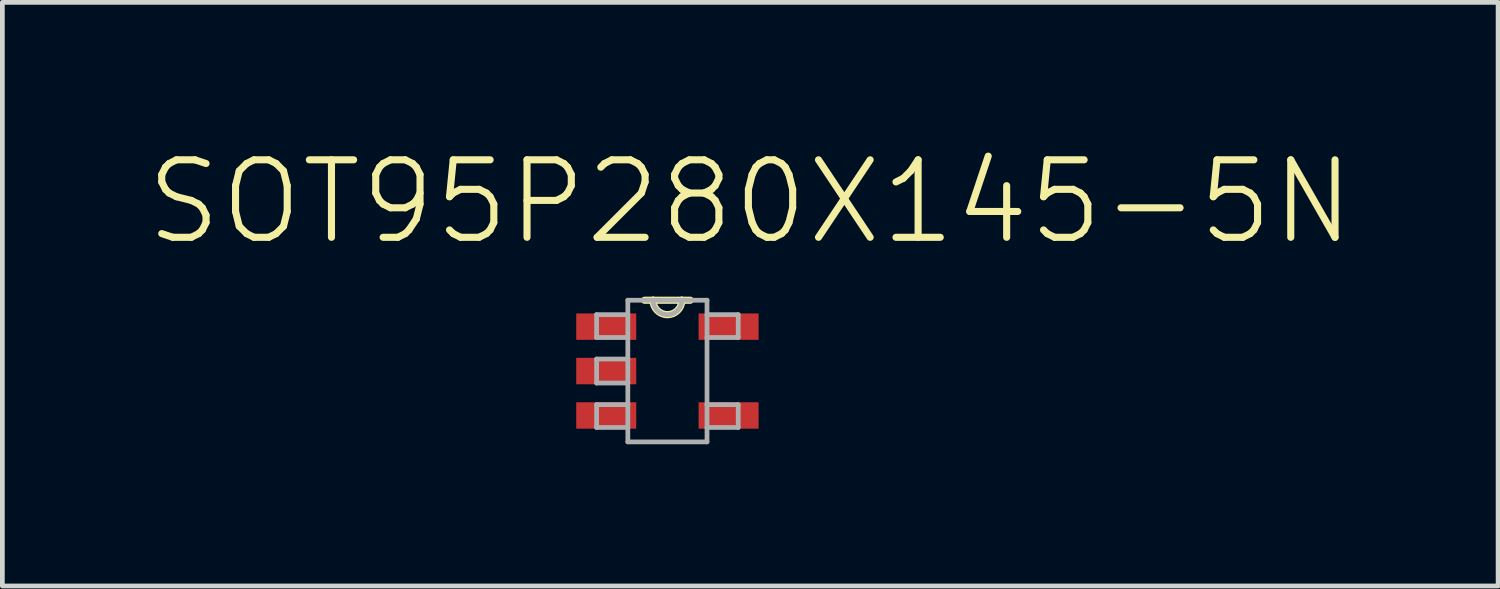
<source format=kicad_pcb>
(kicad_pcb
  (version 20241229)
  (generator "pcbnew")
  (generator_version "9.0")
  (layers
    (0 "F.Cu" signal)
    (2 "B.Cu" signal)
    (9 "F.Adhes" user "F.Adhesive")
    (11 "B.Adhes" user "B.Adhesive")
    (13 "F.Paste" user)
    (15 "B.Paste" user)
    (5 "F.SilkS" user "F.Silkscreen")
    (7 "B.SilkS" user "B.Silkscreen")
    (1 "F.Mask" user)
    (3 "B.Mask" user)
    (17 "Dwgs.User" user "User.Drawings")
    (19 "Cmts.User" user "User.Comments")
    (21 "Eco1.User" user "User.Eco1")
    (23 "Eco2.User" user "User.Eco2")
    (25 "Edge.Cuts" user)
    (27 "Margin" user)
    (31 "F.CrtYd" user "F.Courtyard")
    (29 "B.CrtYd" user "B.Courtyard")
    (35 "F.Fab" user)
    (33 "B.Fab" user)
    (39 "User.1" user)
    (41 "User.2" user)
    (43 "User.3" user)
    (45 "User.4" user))
  (footprint "SOT95P280X145-5N"
    (layer "F.Cu")
    (at 11.077 4.804)
    (property "Reference" "SOT95P280X145-5N" (at 1.753 -3.582 0) (layer "F.SilkS") (effects (font (size 1.64 1.64) (thickness 0.15))))
    (attr smd)
    (fp_line (start -0.305 -1.499) (end -0.483 -1.499) (stroke (width 0.152) (type solid)) (layer "F.SilkS"))
    (fp_line (start 0.305 -1.499) (end -0.305 -1.499) (stroke (width 0.152) (type solid)) (layer "F.SilkS"))
    (fp_line (start 0.483 -1.499) (end 0.305 -1.499) (stroke (width 0.152) (type solid)) (layer "F.SilkS"))
    (fp_arc (start 0.3048 -1.4986) (mid 0 -1.1938) (end -0.3048 -1.4986) (stroke (width 0.1524) (type solid)) (layer "F.SilkS"))
    (fp_line (start -1.499 -1.194) (end -1.499 -0.711) (stroke (width 0.1) (type solid)) (layer "F.Fab"))
    (fp_line (start -1.499 -0.711) (end -0.838 -0.711) (stroke (width 0.1) (type solid)) (layer "F.Fab"))
    (fp_line (start -1.499 -0.254) (end -1.499 0.254) (stroke (width 0.1) (type solid)) (layer "F.Fab"))
    (fp_line (start -1.499 0.254) (end -0.838 0.254) (stroke (width 0.1) (type solid)) (layer "F.Fab"))
    (fp_line (start -1.499 0.711) (end -1.499 1.194) (stroke (width 0.1) (type solid)) (layer "F.Fab"))
    (fp_line (start -1.499 1.194) (end -0.838 1.194) (stroke (width 0.1) (type solid)) (layer "F.Fab"))
    (fp_line (start -0.838 -1.499) (end -0.838 -1.194) (stroke (width 0.1) (type solid)) (layer "F.Fab"))
    (fp_line (start -0.838 -1.194) (end -1.499 -1.194) (stroke (width 0.1) (type solid)) (layer "F.Fab"))
    (fp_line (start -0.838 -1.194) (end -0.838 -0.711) (stroke (width 0.1) (type solid)) (layer "F.Fab"))
    (fp_line (start -0.838 -0.711) (end -0.838 -0.254) (stroke (width 0.1) (type solid)) (layer "F.Fab"))
    (fp_line (start -0.838 -0.254) (end -1.499 -0.254) (stroke (width 0.1) (type solid)) (layer "F.Fab"))
    (fp_line (start -0.838 -0.254) (end -0.838 0.254) (stroke (width 0.1) (type solid)) (layer "F.Fab"))
    (fp_line (start -0.838 0.254) (end -0.838 0.711) (stroke (width 0.1) (type solid)) (layer "F.Fab"))
    (fp_line (start -0.838 0.711) (end -1.499 0.711) (stroke (width 0.1) (type solid)) (layer "F.Fab"))
    (fp_line (start -0.838 1.194) (end -0.838 0.711) (stroke (width 0.1) (type solid)) (layer "F.Fab"))
    (fp_line (start -0.838 1.499) (end -0.838 1.194) (stroke (width 0.1) (type solid)) (layer "F.Fab"))
    (fp_line (start -0.838 1.499) (end 0.838 1.499) (stroke (width 0.1) (type solid)) (layer "F.Fab"))
    (fp_line (start -0.305 -1.499) (end -0.838 -1.499) (stroke (width 0.1) (type solid)) (layer "F.Fab"))
    (fp_line (start 0.305 -1.499) (end -0.305 -1.499) (stroke (width 0.1) (type solid)) (layer "F.Fab"))
    (fp_line (start 0.838 -1.499) (end 0.305 -1.499) (stroke (width 0.1) (type solid)) (layer "F.Fab"))
    (fp_line (start 0.838 -1.499) (end 0.838 -1.194) (stroke (width 0.1) (type solid)) (layer "F.Fab"))
    (fp_line (start 0.838 -1.194) (end 0.838 -0.711) (stroke (width 0.1) (type solid)) (layer "F.Fab"))
    (fp_line (start 0.838 -0.711) (end 1.499 -0.711) (stroke (width 0.1) (type solid)) (layer "F.Fab"))
    (fp_line (start 0.838 0.711) (end 0.838 -0.711) (stroke (width 0.1) (type solid)) (layer "F.Fab"))
    (fp_line (start 0.838 1.194) (end 0.838 0.711) (stroke (width 0.1) (type solid)) (layer "F.Fab"))
    (fp_line (start 0.838 1.194) (end 1.499 1.194) (stroke (width 0.1) (type solid)) (layer "F.Fab"))
    (fp_line (start 0.838 1.499) (end 0.838 1.194) (stroke (width 0.1) (type solid)) (layer "F.Fab"))
    (fp_line (start 1.499 -1.194) (end 0.838 -1.194) (stroke (width 0.1) (type solid)) (layer "F.Fab"))
    (fp_line (start 1.499 -0.711) (end 1.499 -1.194) (stroke (width 0.1) (type solid)) (layer "F.Fab"))
    (fp_line (start 1.499 0.711) (end 0.838 0.711) (stroke (width 0.1) (type solid)) (layer "F.Fab"))
    (fp_line (start 1.499 1.194) (end 1.499 0.711) (stroke (width 0.1) (type solid)) (layer "F.Fab"))
    (fp_arc (start 0.3048 -1.4986) (mid 0 -1.1938) (end -0.3048 -1.4986) (stroke (width 0.1) (type solid)) (layer "F.Fab"))
    (pad "1" smd rect (at -1.295 -0.94) (size 1.27 0.559) (layers "F.Cu" "F.Mask" "F.Paste"))
    (pad "2" smd rect (at -1.295 0) (size 1.27 0.559) (layers "F.Cu" "F.Mask" "F.Paste"))
    (pad "3" smd rect (at -1.295 0.94) (size 1.27 0.559) (layers "F.Cu" "F.Mask" "F.Paste"))
    (pad "4" smd rect (at 1.295 0.94) (size 1.27 0.559) (layers "F.Cu" "F.Mask" "F.Paste"))
    (pad "5" smd rect (at 1.295 -0.94) (size 1.27 0.559) (layers "F.Cu" "F.Mask" "F.Paste")))
  (gr_rect
    (start -3 -3)
    (end 28.66 9.353)
    (stroke (width 0.1) (type default))
    (fill no)
    (layer "Edge.Cuts")))
</source>
